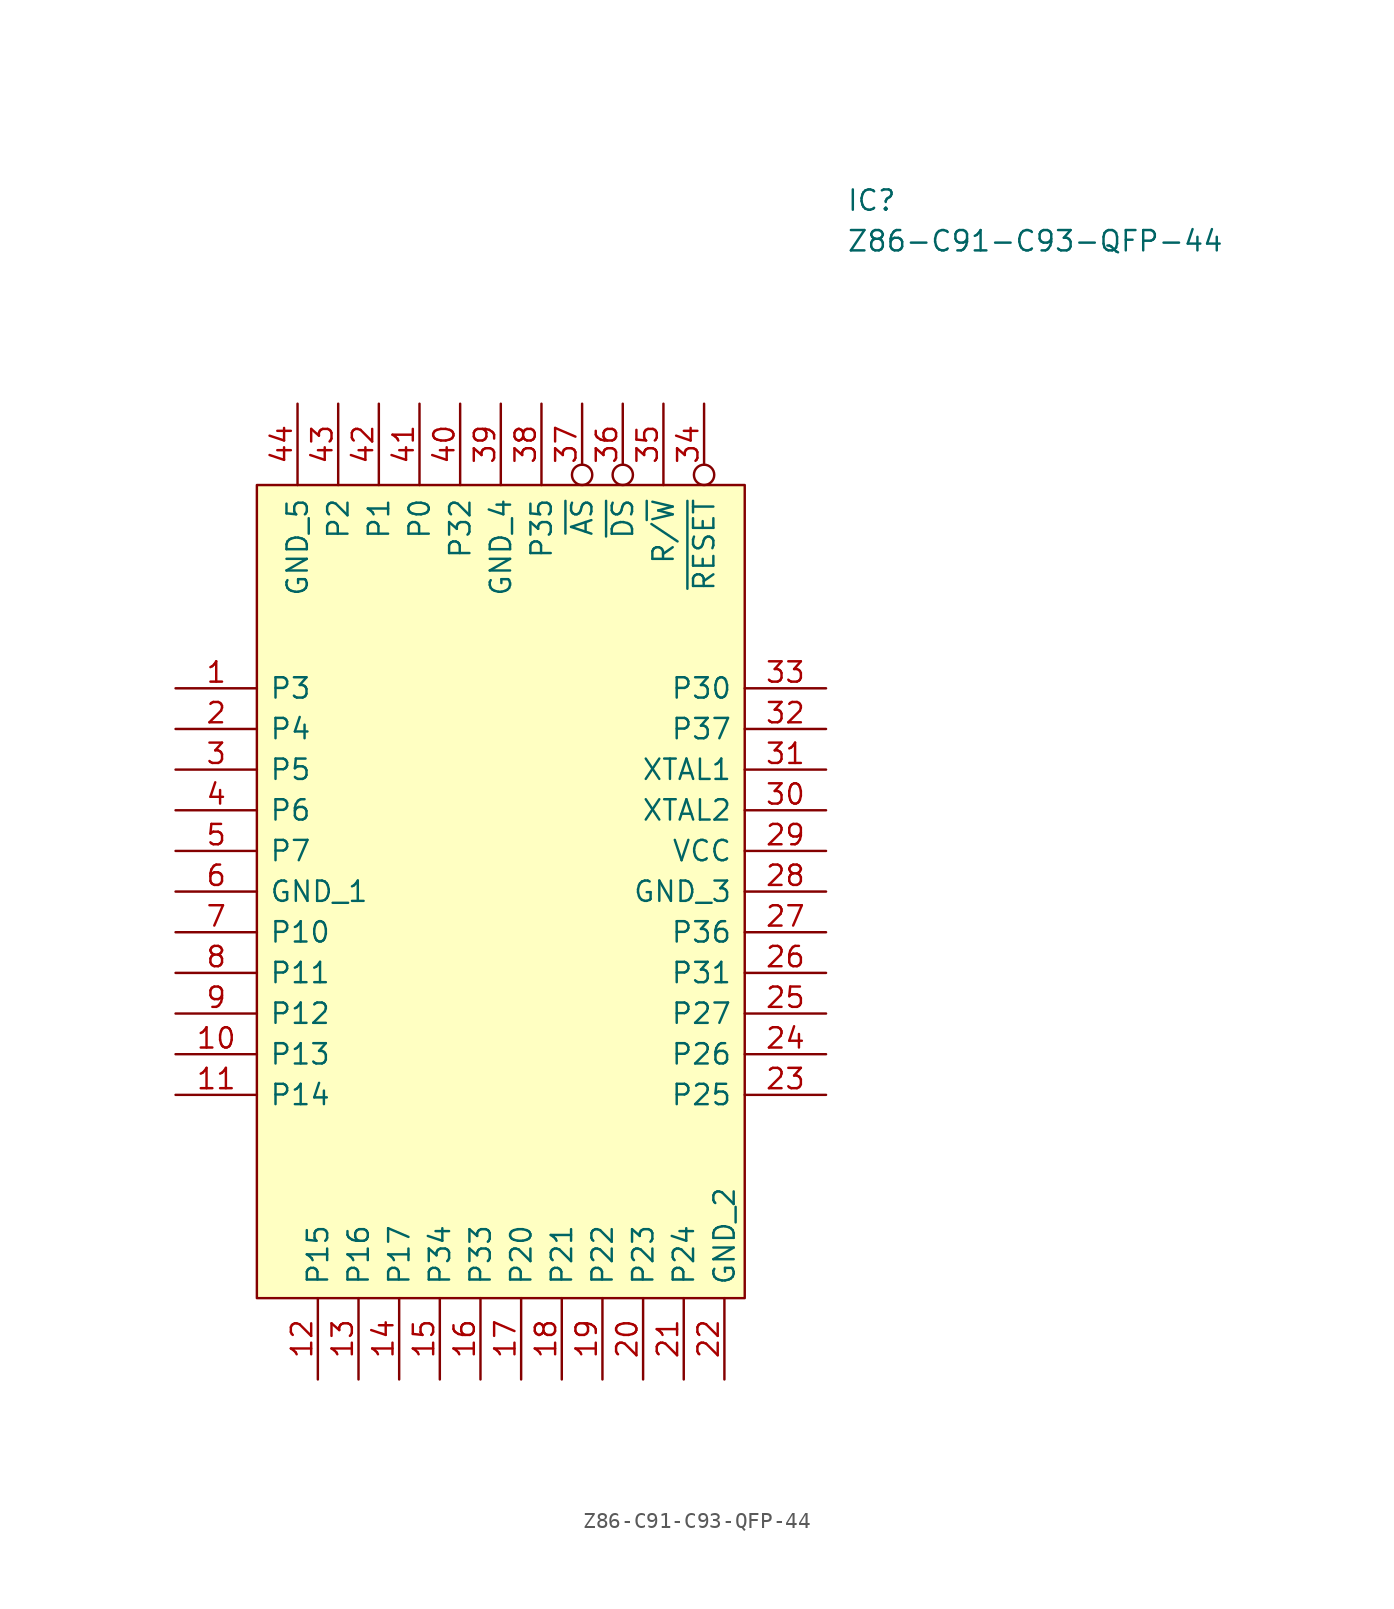
<source format=kicad_sym>
(kicad_symbol_lib
  (version 20211014)
  (generator kicad_symbol_editor)
  (symbol "Z86-C91-C93-QFP-44"
    (pin_names
      (offset 0.762))
    (property "Reference" "IC"
      (at 36.83 17.78 0)
      (effects (font (size 1.27 1.27)) (justify left)))
    (property "Value" "Z86-C91-C93-QFP-44"
      (at 36.83 15.24 0)
      (effects (font (size 1.27 1.27)) (justify left)))
    (symbol "Z86-C91-C93-QFP-44_0_0"
      (pin bidirectional line (at -5.08 -12.7 0) (length 5.08) (name "P3" (effects (font (size 1.27 1.27)))) (number "1" (effects (font (size 1.27 1.27)))))
      (pin bidirectional line (at -5.08 -35.56 0) (length 5.08) (name "P13" (effects (font (size 1.27 1.27)))) (number "10" (effects (font (size 1.27 1.27)))))
      (pin bidirectional line (at -5.08 -38.1 0) (length 5.08) (name "P14" (effects (font (size 1.27 1.27)))) (number "11" (effects (font (size 1.27 1.27)))))
      (pin bidirectional line (at 3.81 -55.88 90) (length 5.08) (name "P15" (effects (font (size 1.27 1.27)))) (number "12" (effects (font (size 1.27 1.27)))))
      (pin bidirectional line (at 6.35 -55.88 90) (length 5.08) (name "P16" (effects (font (size 1.27 1.27)))) (number "13" (effects (font (size 1.27 1.27)))))
      (pin bidirectional line (at 8.89 -55.88 90) (length 5.08) (name "P17" (effects (font (size 1.27 1.27)))) (number "14" (effects (font (size 1.27 1.27)))))
      (pin bidirectional line (at 11.43 -55.88 90) (length 5.08) (name "P34" (effects (font (size 1.27 1.27)))) (number "15" (effects (font (size 1.27 1.27)))))
      (pin bidirectional line (at 13.97 -55.88 90) (length 5.08) (name "P33" (effects (font (size 1.27 1.27)))) (number "16" (effects (font (size 1.27 1.27)))))
      (pin bidirectional line (at 16.51 -55.88 90) (length 5.08) (name "P20" (effects (font (size 1.27 1.27)))) (number "17" (effects (font (size 1.27 1.27)))))
      (pin bidirectional line (at 19.05 -55.88 90) (length 5.08) (name "P21" (effects (font (size 1.27 1.27)))) (number "18" (effects (font (size 1.27 1.27)))))
      (pin bidirectional line (at 21.59 -55.88 90) (length 5.08) (name "P22" (effects (font (size 1.27 1.27)))) (number "19" (effects (font (size 1.27 1.27)))))
      (pin bidirectional line (at -5.08 -15.24 0) (length 5.08) (name "P4" (effects (font (size 1.27 1.27)))) (number "2" (effects (font (size 1.27 1.27)))))
      (pin bidirectional line (at 24.13 -55.88 90) (length 5.08) (name "P23" (effects (font (size 1.27 1.27)))) (number "20" (effects (font (size 1.27 1.27)))))
      (pin bidirectional line (at 26.67 -55.88 90) (length 5.08) (name "P24" (effects (font (size 1.27 1.27)))) (number "21" (effects (font (size 1.27 1.27)))))
      (pin power_in line (at 29.21 -55.88 90) (length 5.08) (name "GND_2" (effects (font (size 1.27 1.27)))) (number "22" (effects (font (size 1.27 1.27)))))
      (pin bidirectional line (at 35.56 -38.1 180) (length 5.08) (name "P25" (effects (font (size 1.27 1.27)))) (number "23" (effects (font (size 1.27 1.27)))))
      (pin bidirectional line (at 35.56 -35.56 180) (length 5.08) (name "P26" (effects (font (size 1.27 1.27)))) (number "24" (effects (font (size 1.27 1.27)))))
      (pin bidirectional line (at 35.56 -33.02 180) (length 5.08) (name "P27" (effects (font (size 1.27 1.27)))) (number "25" (effects (font (size 1.27 1.27)))))
      (pin bidirectional line (at 35.56 -30.48 180) (length 5.08) (name "P31" (effects (font (size 1.27 1.27)))) (number "26" (effects (font (size 1.27 1.27)))))
      (pin bidirectional line (at 35.56 -27.94 180) (length 5.08) (name "P36" (effects (font (size 1.27 1.27)))) (number "27" (effects (font (size 1.27 1.27)))))
      (pin power_in line (at 35.56 -25.4 180) (length 5.08) (name "GND_3" (effects (font (size 1.27 1.27)))) (number "28" (effects (font (size 1.27 1.27)))))
      (pin power_in line (at 35.56 -22.86 180) (length 5.08) (name "VCC" (effects (font (size 1.27 1.27)))) (number "29" (effects (font (size 1.27 1.27)))))
      (pin bidirectional line (at -5.08 -17.78 0) (length 5.08) (name "P5" (effects (font (size 1.27 1.27)))) (number "3" (effects (font (size 1.27 1.27)))))
      (pin output line (at 35.56 -20.32 180) (length 5.08) (name "XTAL2" (effects (font (size 1.27 1.27)))) (number "30" (effects (font (size 1.27 1.27)))))
      (pin passive line (at 35.56 -17.78 180) (length 5.08) (name "XTAL1" (effects (font (size 1.27 1.27)))) (number "31" (effects (font (size 1.27 1.27)))))
      (pin bidirectional line (at 35.56 -15.24 180) (length 5.08) (name "P37" (effects (font (size 1.27 1.27)))) (number "32" (effects (font (size 1.27 1.27)))))
      (pin bidirectional line (at 35.56 -12.7 180) (length 5.08) (name "P30" (effects (font (size 1.27 1.27)))) (number "33" (effects (font (size 1.27 1.27)))))
      (pin input inverted (at 27.94 5.08 270) (length 5.08) (name "~{RESET}" (effects (font (size 1.27 1.27)))) (number "34" (effects (font (size 1.27 1.27)))))
      (pin bidirectional line (at 25.4 5.08 270) (length 5.08) (name "R/~{W}" (effects (font (size 1.27 1.27)))) (number "35" (effects (font (size 1.27 1.27)))))
      (pin output inverted (at 22.86 5.08 270) (length 5.08) (name "~{DS}" (effects (font (size 1.27 1.27)))) (number "36" (effects (font (size 1.27 1.27)))))
      (pin output inverted (at 20.32 5.08 270) (length 5.08) (name "~{AS}" (effects (font (size 1.27 1.27)))) (number "37" (effects (font (size 1.27 1.27)))))
      (pin bidirectional line (at 17.78 5.08 270) (length 5.08) (name "P35" (effects (font (size 1.27 1.27)))) (number "38" (effects (font (size 1.27 1.27)))))
      (pin power_in line (at 15.24 5.08 270) (length 5.08) (name "GND_4" (effects (font (size 1.27 1.27)))) (number "39" (effects (font (size 1.27 1.27)))))
      (pin bidirectional line (at -5.08 -20.32 0) (length 5.08) (name "P6" (effects (font (size 1.27 1.27)))) (number "4" (effects (font (size 1.27 1.27)))))
      (pin bidirectional line (at 12.7 5.08 270) (length 5.08) (name "P32" (effects (font (size 1.27 1.27)))) (number "40" (effects (font (size 1.27 1.27)))))
      (pin bidirectional line (at 10.16 5.08 270) (length 5.08) (name "P0" (effects (font (size 1.27 1.27)))) (number "41" (effects (font (size 1.27 1.27)))))
      (pin bidirectional line (at 7.62 5.08 270) (length 5.08) (name "P1" (effects (font (size 1.27 1.27)))) (number "42" (effects (font (size 1.27 1.27)))))
      (pin bidirectional line (at 5.08 5.08 270) (length 5.08) (name "P2" (effects (font (size 1.27 1.27)))) (number "43" (effects (font (size 1.27 1.27)))))
      (pin power_in line (at 2.54 5.08 270) (length 5.08) (name "GND_5" (effects (font (size 1.27 1.27)))) (number "44" (effects (font (size 1.27 1.27)))))
      (pin bidirectional line (at -5.08 -22.86 0) (length 5.08) (name "P7" (effects (font (size 1.27 1.27)))) (number "5" (effects (font (size 1.27 1.27)))))
      (pin power_in line (at -5.08 -25.4 0) (length 5.08) (name "GND_1" (effects (font (size 1.27 1.27)))) (number "6" (effects (font (size 1.27 1.27)))))
      (pin bidirectional line (at -5.08 -27.94 0) (length 5.08) (name "P10" (effects (font (size 1.27 1.27)))) (number "7" (effects (font (size 1.27 1.27)))))
      (pin bidirectional line (at -5.08 -30.48 0) (length 5.08) (name "P11" (effects (font (size 1.27 1.27)))) (number "8" (effects (font (size 1.27 1.27)))))
      (pin bidirectional line (at -5.08 -33.02 0) (length 5.08) (name "P12" (effects (font (size 1.27 1.27)))) (number "9" (effects (font (size 1.27 1.27))))))
    (symbol "Z86-C91-C93-QFP-44_0_1"
      (polyline (pts (xy 0 0) (xy 30.48 0) (xy 30.48 -50.8) (xy 0 -50.8) (xy 0 0)) (stroke (width 0.152) (type solid)) (fill (type background))))))
</source>
